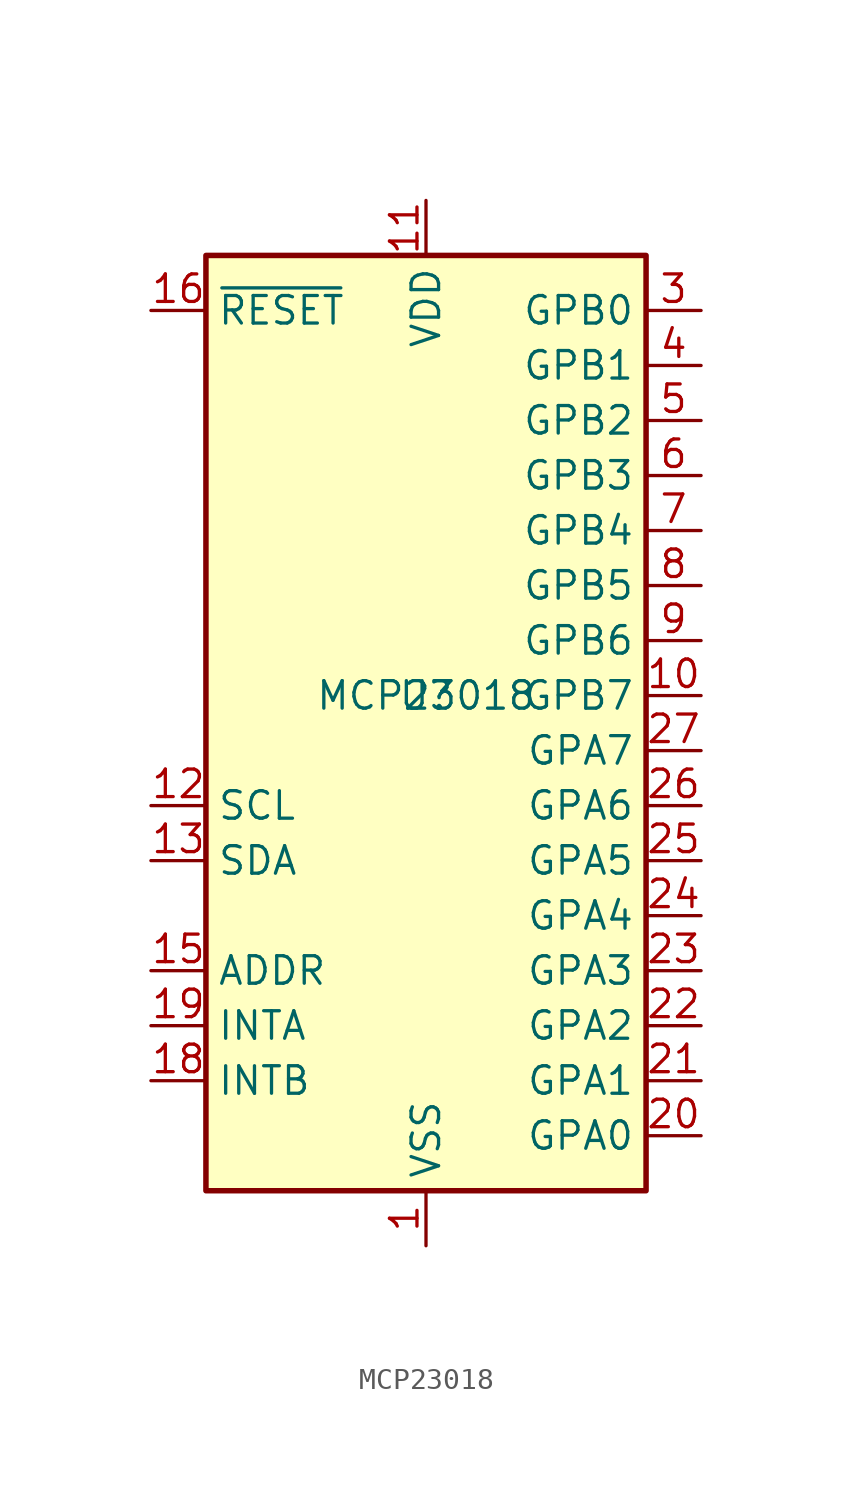
<source format=kicad_sym>
(kicad_symbol_lib
  (version 20211014)
  (generator kicad_symbol_editor)
  (symbol "MCP23018"
    (property "Reference" "U"
      (at 0 0 0)
      (effects (font (size 1.27 1.27))))
    (property "Value" "MCP23018"
      (at 0 0 0)
      (effects (font (size 1.27 1.27))))
    (symbol "MCP23018_0_1"
      (rectangle (start -10.16 20.32) (end 10.16 -22.86) (stroke (width 0.254) (type default) (color 0 0 0 0)) (fill (type background))))
    (symbol "MCP23018_1_1"
      (pin power_in line (at 0 -25.4 90) (length 2.54) (name "VSS" (effects (font (size 1.27 1.27)))) (number "1" (effects (font (size 1.27 1.27)))))
      (pin output line (at 12.7 0 180) (length 2.54) (name "GPB7" (effects (font (size 1.27 1.27)))) (number "10" (effects (font (size 1.27 1.27)))))
      (pin power_in line (at 0 22.86 270) (length 2.54) (name "VDD" (effects (font (size 1.27 1.27)))) (number "11" (effects (font (size 1.27 1.27)))))
      (pin input line (at -12.7 -5.08 0) (length 2.54) (name "SCL" (effects (font (size 1.27 1.27)))) (number "12" (effects (font (size 1.27 1.27)))))
      (pin input line (at -12.7 -7.62 0) (length 2.54) (name "SDA" (effects (font (size 1.27 1.27)))) (number "13" (effects (font (size 1.27 1.27)))))
      (pin input line (at -12.7 -12.7 0) (length 2.54) (name "ADDR" (effects (font (size 1.27 1.27)))) (number "15" (effects (font (size 1.27 1.27)))))
      (pin input line (at -12.7 17.78 0) (length 2.54) (name "~{RESET}" (effects (font (size 1.27 1.27)))) (number "16" (effects (font (size 1.27 1.27)))))
      (pin input line (at -12.7 -17.78 0) (length 2.54) (name "INTB" (effects (font (size 1.27 1.27)))) (number "18" (effects (font (size 1.27 1.27)))))
      (pin input line (at -12.7 -15.24 0) (length 2.54) (name "INTA" (effects (font (size 1.27 1.27)))) (number "19" (effects (font (size 1.27 1.27)))))
      (pin output line (at 12.7 -20.32 180) (length 2.54) (name "GPA0" (effects (font (size 1.27 1.27)))) (number "20" (effects (font (size 1.27 1.27)))))
      (pin output line (at 12.7 -17.78 180) (length 2.54) (name "GPA1" (effects (font (size 1.27 1.27)))) (number "21" (effects (font (size 1.27 1.27)))))
      (pin output line (at 12.7 -15.24 180) (length 2.54) (name "GPA2" (effects (font (size 1.27 1.27)))) (number "22" (effects (font (size 1.27 1.27)))))
      (pin output line (at 12.7 -12.7 180) (length 2.54) (name "GPA3" (effects (font (size 1.27 1.27)))) (number "23" (effects (font (size 1.27 1.27)))))
      (pin output line (at 12.7 -10.16 180) (length 2.54) (name "GPA4" (effects (font (size 1.27 1.27)))) (number "24" (effects (font (size 1.27 1.27)))))
      (pin output line (at 12.7 -7.62 180) (length 2.54) (name "GPA5" (effects (font (size 1.27 1.27)))) (number "25" (effects (font (size 1.27 1.27)))))
      (pin output line (at 12.7 -5.08 180) (length 2.54) (name "GPA6" (effects (font (size 1.27 1.27)))) (number "26" (effects (font (size 1.27 1.27)))))
      (pin output line (at 12.7 -2.54 180) (length 2.54) (name "GPA7" (effects (font (size 1.27 1.27)))) (number "27" (effects (font (size 1.27 1.27)))))
      (pin output line (at 12.7 17.78 180) (length 2.54) (name "GPB0" (effects (font (size 1.27 1.27)))) (number "3" (effects (font (size 1.27 1.27)))))
      (pin output line (at 12.7 15.24 180) (length 2.54) (name "GPB1" (effects (font (size 1.27 1.27)))) (number "4" (effects (font (size 1.27 1.27)))))
      (pin output line (at 12.7 12.7 180) (length 2.54) (name "GPB2" (effects (font (size 1.27 1.27)))) (number "5" (effects (font (size 1.27 1.27)))))
      (pin output line (at 12.7 10.16 180) (length 2.54) (name "GPB3" (effects (font (size 1.27 1.27)))) (number "6" (effects (font (size 1.27 1.27)))))
      (pin output line (at 12.7 7.62 180) (length 2.54) (name "GPB4" (effects (font (size 1.27 1.27)))) (number "7" (effects (font (size 1.27 1.27)))))
      (pin output line (at 12.7 5.08 180) (length 2.54) (name "GPB5" (effects (font (size 1.27 1.27)))) (number "8" (effects (font (size 1.27 1.27)))))
      (pin output line (at 12.7 2.54 180) (length 2.54) (name "GPB6" (effects (font (size 1.27 1.27)))) (number "9" (effects (font (size 1.27 1.27))))))))
</source>
